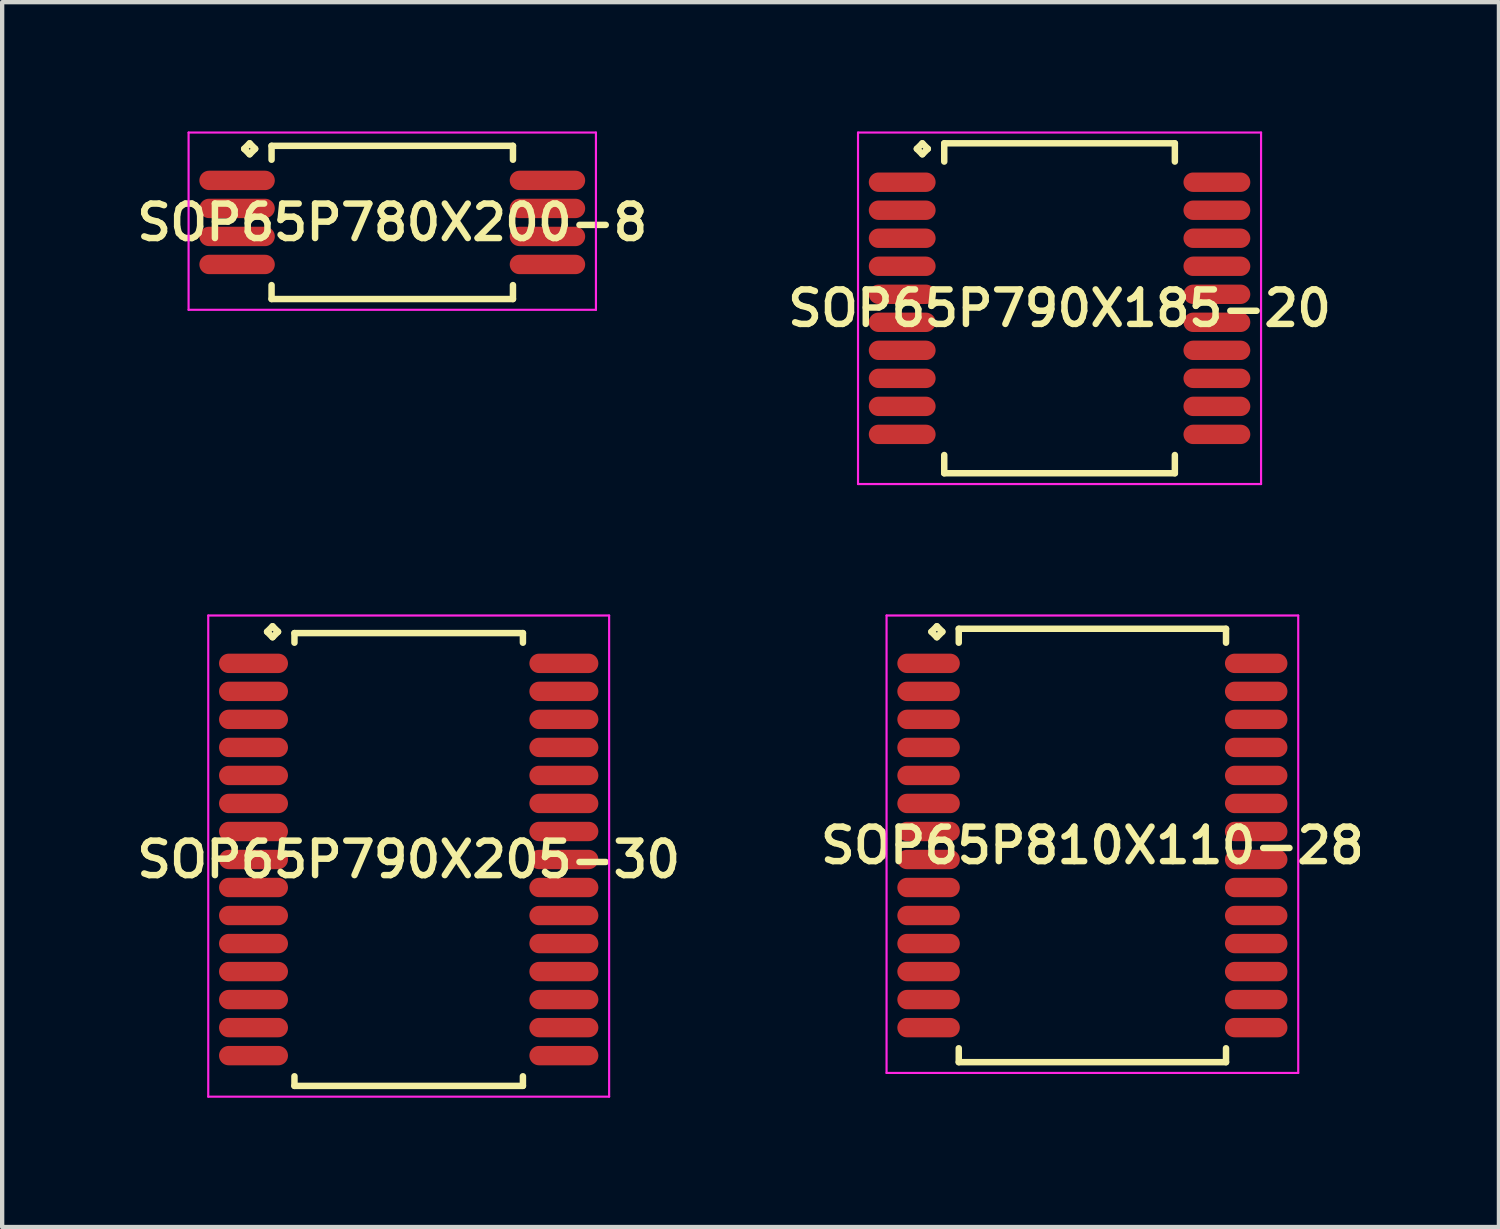
<source format=kicad_pcb>
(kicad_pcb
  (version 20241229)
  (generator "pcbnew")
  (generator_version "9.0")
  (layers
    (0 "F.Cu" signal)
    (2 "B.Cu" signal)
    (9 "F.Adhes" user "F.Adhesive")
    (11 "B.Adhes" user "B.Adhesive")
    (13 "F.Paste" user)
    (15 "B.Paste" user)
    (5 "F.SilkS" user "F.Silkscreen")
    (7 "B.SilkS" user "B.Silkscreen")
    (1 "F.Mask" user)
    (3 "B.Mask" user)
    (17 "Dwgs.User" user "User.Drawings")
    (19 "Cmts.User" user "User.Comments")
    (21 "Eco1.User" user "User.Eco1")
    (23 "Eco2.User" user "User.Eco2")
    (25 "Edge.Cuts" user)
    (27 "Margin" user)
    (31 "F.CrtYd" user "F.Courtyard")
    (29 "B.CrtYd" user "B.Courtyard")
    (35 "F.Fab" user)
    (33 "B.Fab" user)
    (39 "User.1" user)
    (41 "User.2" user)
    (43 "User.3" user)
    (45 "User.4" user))
  (footprint "SOP65P790X205-30"
    (layer "F.Cu")
    (at 6.431 16.889)
    (property "Reference" "SOP65P790X205-30" (at 0 0 0) (layer "F.SilkS") (effects (font (size 0.8 0.8) (thickness 0.15))))
    (attr smd)
    (fp_line (start -3.285 -5.283) (end -3.158 -5.41) (stroke (width 0.15) (type solid)) (layer "F.SilkS"))
    (fp_line (start -3.158 -5.41) (end -3.031 -5.283) (stroke (width 0.15) (type solid)) (layer "F.SilkS"))
    (fp_line (start -3.158 -5.156) (end -3.285 -5.283) (stroke (width 0.15) (type solid)) (layer "F.SilkS"))
    (fp_line (start -3.031 -5.283) (end -3.158 -5.156) (stroke (width 0.15) (type solid)) (layer "F.SilkS"))
    (fp_line (start -2.65 -5.252) (end 2.65 -5.252) (stroke (width 0.15) (type solid)) (layer "F.SilkS"))
    (fp_line (start -2.65 -5.029) (end -2.65 -5.252) (stroke (width 0.15) (type solid)) (layer "F.SilkS"))
    (fp_line (start -2.65 5.029) (end -2.65 5.252) (stroke (width 0.15) (type solid)) (layer "F.SilkS"))
    (fp_line (start -2.65 5.252) (end 2.65 5.252) (stroke (width 0.15) (type solid)) (layer "F.SilkS"))
    (fp_line (start 2.65 -5.252) (end 2.65 -5.029) (stroke (width 0.15) (type solid)) (layer "F.SilkS"))
    (fp_line (start 2.65 5.252) (end 2.65 5.029) (stroke (width 0.15) (type solid)) (layer "F.SilkS"))
    (fp_line (start -4.65 -5.66) (end 4.65 -5.66) (stroke (width 0.05) (type solid)) (layer "F.CrtYd"))
    (fp_line (start -4.65 5.502) (end -4.65 -5.66) (stroke (width 0.05) (type solid)) (layer "F.CrtYd"))
    (fp_line (start 4.65 -5.66) (end 4.65 5.502) (stroke (width 0.05) (type solid)) (layer "F.CrtYd"))
    (fp_line (start 4.65 5.502) (end -4.65 5.502) (stroke (width 0.05) (type solid)) (layer "F.CrtYd"))
    (pad "1" smd oval (at -3.6 -4.55) (size 1.6 0.45) (layers "F.Cu" "F.Mask" "F.Paste"))
    (pad "2" smd oval (at -3.6 -3.9) (size 1.6 0.45) (layers "F.Cu" "F.Mask" "F.Paste"))
    (pad "3" smd oval (at -3.6 -3.25) (size 1.6 0.45) (layers "F.Cu" "F.Mask" "F.Paste"))
    (pad "4" smd oval (at -3.6 -2.6) (size 1.6 0.45) (layers "F.Cu" "F.Mask" "F.Paste"))
    (pad "5" smd oval (at -3.6 -1.95) (size 1.6 0.45) (layers "F.Cu" "F.Mask" "F.Paste"))
    (pad "6" smd oval (at -3.6 -1.3) (size 1.6 0.45) (layers "F.Cu" "F.Mask" "F.Paste"))
    (pad "7" smd oval (at -3.6 -0.65) (size 1.6 0.45) (layers "F.Cu" "F.Mask" "F.Paste"))
    (pad "8" smd oval (at -3.6 0) (size 1.6 0.45) (layers "F.Cu" "F.Mask" "F.Paste"))
    (pad "9" smd oval (at -3.6 0.65) (size 1.6 0.45) (layers "F.Cu" "F.Mask" "F.Paste"))
    (pad "10" smd oval (at -3.6 1.3) (size 1.6 0.45) (layers "F.Cu" "F.Mask" "F.Paste"))
    (pad "11" smd oval (at -3.6 1.95) (size 1.6 0.45) (layers "F.Cu" "F.Mask" "F.Paste"))
    (pad "12" smd oval (at -3.6 2.6) (size 1.6 0.45) (layers "F.Cu" "F.Mask" "F.Paste"))
    (pad "13" smd oval (at -3.6 3.25) (size 1.6 0.45) (layers "F.Cu" "F.Mask" "F.Paste"))
    (pad "14" smd oval (at -3.6 3.9) (size 1.6 0.45) (layers "F.Cu" "F.Mask" "F.Paste"))
    (pad "15" smd oval (at -3.6 4.55) (size 1.6 0.45) (layers "F.Cu" "F.Mask" "F.Paste"))
    (pad "16" smd oval (at 3.6 4.55) (size 1.6 0.45) (layers "F.Cu" "F.Mask" "F.Paste"))
    (pad "17" smd oval (at 3.6 3.9) (size 1.6 0.45) (layers "F.Cu" "F.Mask" "F.Paste"))
    (pad "18" smd oval (at 3.6 3.25) (size 1.6 0.45) (layers "F.Cu" "F.Mask" "F.Paste"))
    (pad "19" smd oval (at 3.6 2.6) (size 1.6 0.45) (layers "F.Cu" "F.Mask" "F.Paste"))
    (pad "20" smd oval (at 3.6 1.95) (size 1.6 0.45) (layers "F.Cu" "F.Mask" "F.Paste"))
    (pad "21" smd oval (at 3.6 1.3) (size 1.6 0.45) (layers "F.Cu" "F.Mask" "F.Paste"))
    (pad "22" smd oval (at 3.6 0.65) (size 1.6 0.45) (layers "F.Cu" "F.Mask" "F.Paste"))
    (pad "23" smd oval (at 3.6 0) (size 1.6 0.45) (layers "F.Cu" "F.Mask" "F.Paste"))
    (pad "24" smd oval (at 3.6 -0.65) (size 1.6 0.45) (layers "F.Cu" "F.Mask" "F.Paste"))
    (pad "25" smd oval (at 3.6 -1.3) (size 1.6 0.45) (layers "F.Cu" "F.Mask" "F.Paste"))
    (pad "26" smd oval (at 3.6 -1.95) (size 1.6 0.45) (layers "F.Cu" "F.Mask" "F.Paste"))
    (pad "27" smd oval (at 3.6 -2.6) (size 1.6 0.45) (layers "F.Cu" "F.Mask" "F.Paste"))
    (pad "28" smd oval (at 3.6 -3.25) (size 1.6 0.45) (layers "F.Cu" "F.Mask" "F.Paste"))
    (pad "29" smd oval (at 3.6 -3.9) (size 1.6 0.45) (layers "F.Cu" "F.Mask" "F.Paste"))
    (pad "30" smd oval (at 3.6 -4.55) (size 1.6 0.45) (layers "F.Cu" "F.Mask" "F.Paste")))
  (footprint "SOP65P790X185-20"
    (layer "F.Cu")
    (at 21.53 4.102)
    (property "Reference" "SOP65P790X185-20" (at 0 0 0) (layer "F.SilkS") (effects (font (size 0.8 0.8) (thickness 0.15))))
    (attr smd)
    (fp_line (start -3.31 -3.7) (end -3.183 -3.827) (stroke (width 0.15) (type solid)) (layer "F.SilkS"))
    (fp_line (start -3.183 -3.827) (end -3.056 -3.7) (stroke (width 0.15) (type solid)) (layer "F.SilkS"))
    (fp_line (start -3.183 -3.573) (end -3.31 -3.7) (stroke (width 0.15) (type solid)) (layer "F.SilkS"))
    (fp_line (start -3.056 -3.7) (end -3.183 -3.573) (stroke (width 0.15) (type solid)) (layer "F.SilkS"))
    (fp_line (start -2.675 -3.827) (end 2.675 -3.827) (stroke (width 0.15) (type solid)) (layer "F.SilkS"))
    (fp_line (start -2.675 -3.404) (end -2.675 -3.827) (stroke (width 0.15) (type solid)) (layer "F.SilkS"))
    (fp_line (start -2.675 3.404) (end -2.675 3.827) (stroke (width 0.15) (type solid)) (layer "F.SilkS"))
    (fp_line (start -2.675 3.827) (end 2.675 3.827) (stroke (width 0.15) (type solid)) (layer "F.SilkS"))
    (fp_line (start 2.675 -3.827) (end 2.675 -3.404) (stroke (width 0.15) (type solid)) (layer "F.SilkS"))
    (fp_line (start 2.675 3.827) (end 2.675 3.404) (stroke (width 0.15) (type solid)) (layer "F.SilkS"))
    (fp_line (start -4.675 -4.077) (end 4.675 -4.077) (stroke (width 0.05) (type solid)) (layer "F.CrtYd"))
    (fp_line (start -4.675 4.077) (end -4.675 -4.077) (stroke (width 0.05) (type solid)) (layer "F.CrtYd"))
    (fp_line (start 4.675 -4.077) (end 4.675 4.077) (stroke (width 0.05) (type solid)) (layer "F.CrtYd"))
    (fp_line (start 4.675 4.077) (end -4.675 4.077) (stroke (width 0.05) (type solid)) (layer "F.CrtYd"))
    (pad "1" smd oval (at -3.65 -2.925) (size 1.55 0.45) (layers "F.Cu" "F.Mask" "F.Paste"))
    (pad "2" smd oval (at -3.65 -2.275) (size 1.55 0.45) (layers "F.Cu" "F.Mask" "F.Paste"))
    (pad "3" smd oval (at -3.65 -1.625) (size 1.55 0.45) (layers "F.Cu" "F.Mask" "F.Paste"))
    (pad "4" smd oval (at -3.65 -0.975) (size 1.55 0.45) (layers "F.Cu" "F.Mask" "F.Paste"))
    (pad "5" smd oval (at -3.65 -0.325) (size 1.55 0.45) (layers "F.Cu" "F.Mask" "F.Paste"))
    (pad "6" smd oval (at -3.65 0.325) (size 1.55 0.45) (layers "F.Cu" "F.Mask" "F.Paste"))
    (pad "7" smd oval (at -3.65 0.975) (size 1.55 0.45) (layers "F.Cu" "F.Mask" "F.Paste"))
    (pad "8" smd oval (at -3.65 1.625) (size 1.55 0.45) (layers "F.Cu" "F.Mask" "F.Paste"))
    (pad "9" smd oval (at -3.65 2.275) (size 1.55 0.45) (layers "F.Cu" "F.Mask" "F.Paste"))
    (pad "10" smd oval (at -3.65 2.925) (size 1.55 0.45) (layers "F.Cu" "F.Mask" "F.Paste"))
    (pad "11" smd oval (at 3.65 2.925) (size 1.55 0.45) (layers "F.Cu" "F.Mask" "F.Paste"))
    (pad "12" smd oval (at 3.65 2.275) (size 1.55 0.45) (layers "F.Cu" "F.Mask" "F.Paste"))
    (pad "13" smd oval (at 3.65 1.625) (size 1.55 0.45) (layers "F.Cu" "F.Mask" "F.Paste"))
    (pad "14" smd oval (at 3.65 0.975) (size 1.55 0.45) (layers "F.Cu" "F.Mask" "F.Paste"))
    (pad "15" smd oval (at 3.65 0.325) (size 1.55 0.45) (layers "F.Cu" "F.Mask" "F.Paste"))
    (pad "16" smd oval (at 3.65 -0.325) (size 1.55 0.45) (layers "F.Cu" "F.Mask" "F.Paste"))
    (pad "17" smd oval (at 3.65 -0.975) (size 1.55 0.45) (layers "F.Cu" "F.Mask" "F.Paste"))
    (pad "18" smd oval (at 3.65 -1.625) (size 1.55 0.45) (layers "F.Cu" "F.Mask" "F.Paste"))
    (pad "19" smd oval (at 3.65 -2.275) (size 1.55 0.45) (layers "F.Cu" "F.Mask" "F.Paste"))
    (pad "20" smd oval (at 3.65 -2.925) (size 1.55 0.45) (layers "F.Cu" "F.Mask" "F.Paste")))
  (footprint "SOP65P810X110-28"
    (layer "F.Cu")
    (at 22.292 16.564)
    (property "Reference" "SOP65P810X110-28" (at 0 0 0) (layer "F.SilkS") (effects (font (size 0.8 0.8) (thickness 0.15))))
    (attr smd)
    (fp_line (start -3.735 -4.958) (end -3.608 -5.085) (stroke (width 0.15) (type solid)) (layer "F.SilkS"))
    (fp_line (start -3.608 -5.085) (end -3.481 -4.958) (stroke (width 0.15) (type solid)) (layer "F.SilkS"))
    (fp_line (start -3.608 -4.831) (end -3.735 -4.958) (stroke (width 0.15) (type solid)) (layer "F.SilkS"))
    (fp_line (start -3.481 -4.958) (end -3.608 -4.831) (stroke (width 0.15) (type solid)) (layer "F.SilkS"))
    (fp_line (start -3.1 -5.027) (end 3.1 -5.027) (stroke (width 0.15) (type solid)) (layer "F.SilkS"))
    (fp_line (start -3.1 -4.704) (end -3.1 -5.027) (stroke (width 0.15) (type solid)) (layer "F.SilkS"))
    (fp_line (start -3.1 4.704) (end -3.1 5.027) (stroke (width 0.15) (type solid)) (layer "F.SilkS"))
    (fp_line (start -3.1 5.027) (end 3.1 5.027) (stroke (width 0.15) (type solid)) (layer "F.SilkS"))
    (fp_line (start 3.1 -5.027) (end 3.1 -4.704) (stroke (width 0.15) (type solid)) (layer "F.SilkS"))
    (fp_line (start 3.1 5.027) (end 3.1 4.704) (stroke (width 0.15) (type solid)) (layer "F.SilkS"))
    (fp_line (start -4.775 -5.335) (end 4.775 -5.335) (stroke (width 0.05) (type solid)) (layer "F.CrtYd"))
    (fp_line (start -4.775 5.277) (end -4.775 -5.335) (stroke (width 0.05) (type solid)) (layer "F.CrtYd"))
    (fp_line (start 4.775 -5.335) (end 4.775 5.277) (stroke (width 0.05) (type solid)) (layer "F.CrtYd"))
    (fp_line (start 4.775 5.277) (end -4.775 5.277) (stroke (width 0.05) (type solid)) (layer "F.CrtYd"))
    (pad "1" smd oval (at -3.8 -4.225) (size 1.45 0.45) (layers "F.Cu" "F.Mask" "F.Paste"))
    (pad "2" smd oval (at -3.8 -3.575) (size 1.45 0.45) (layers "F.Cu" "F.Mask" "F.Paste"))
    (pad "3" smd oval (at -3.8 -2.925) (size 1.45 0.45) (layers "F.Cu" "F.Mask" "F.Paste"))
    (pad "4" smd oval (at -3.8 -2.275) (size 1.45 0.45) (layers "F.Cu" "F.Mask" "F.Paste"))
    (pad "5" smd oval (at -3.8 -1.625) (size 1.45 0.45) (layers "F.Cu" "F.Mask" "F.Paste"))
    (pad "6" smd oval (at -3.8 -0.975) (size 1.45 0.45) (layers "F.Cu" "F.Mask" "F.Paste"))
    (pad "7" smd oval (at -3.8 -0.325) (size 1.45 0.45) (layers "F.Cu" "F.Mask" "F.Paste"))
    (pad "8" smd oval (at -3.8 0.325) (size 1.45 0.45) (layers "F.Cu" "F.Mask" "F.Paste"))
    (pad "9" smd oval (at -3.8 0.975) (size 1.45 0.45) (layers "F.Cu" "F.Mask" "F.Paste"))
    (pad "10" smd oval (at -3.8 1.625) (size 1.45 0.45) (layers "F.Cu" "F.Mask" "F.Paste"))
    (pad "11" smd oval (at -3.8 2.275) (size 1.45 0.45) (layers "F.Cu" "F.Mask" "F.Paste"))
    (pad "12" smd oval (at -3.8 2.925) (size 1.45 0.45) (layers "F.Cu" "F.Mask" "F.Paste"))
    (pad "13" smd oval (at -3.8 3.575) (size 1.45 0.45) (layers "F.Cu" "F.Mask" "F.Paste"))
    (pad "14" smd oval (at -3.8 4.225) (size 1.45 0.45) (layers "F.Cu" "F.Mask" "F.Paste"))
    (pad "15" smd oval (at 3.8 4.225) (size 1.45 0.45) (layers "F.Cu" "F.Mask" "F.Paste"))
    (pad "16" smd oval (at 3.8 3.575) (size 1.45 0.45) (layers "F.Cu" "F.Mask" "F.Paste"))
    (pad "17" smd oval (at 3.8 2.925) (size 1.45 0.45) (layers "F.Cu" "F.Mask" "F.Paste"))
    (pad "18" smd oval (at 3.8 2.275) (size 1.45 0.45) (layers "F.Cu" "F.Mask" "F.Paste"))
    (pad "19" smd oval (at 3.8 1.625) (size 1.45 0.45) (layers "F.Cu" "F.Mask" "F.Paste"))
    (pad "20" smd oval (at 3.8 0.975) (size 1.45 0.45) (layers "F.Cu" "F.Mask" "F.Paste"))
    (pad "21" smd oval (at 3.8 0.325) (size 1.45 0.45) (layers "F.Cu" "F.Mask" "F.Paste"))
    (pad "22" smd oval (at 3.8 -0.325) (size 1.45 0.45) (layers "F.Cu" "F.Mask" "F.Paste"))
    (pad "23" smd oval (at 3.8 -0.975) (size 1.45 0.45) (layers "F.Cu" "F.Mask" "F.Paste"))
    (pad "24" smd oval (at 3.8 -1.625) (size 1.45 0.45) (layers "F.Cu" "F.Mask" "F.Paste"))
    (pad "25" smd oval (at 3.8 -2.275) (size 1.45 0.45) (layers "F.Cu" "F.Mask" "F.Paste"))
    (pad "26" smd oval (at 3.8 -2.925) (size 1.45 0.45) (layers "F.Cu" "F.Mask" "F.Paste"))
    (pad "27" smd oval (at 3.8 -3.575) (size 1.45 0.45) (layers "F.Cu" "F.Mask" "F.Paste"))
    (pad "28" smd oval (at 3.8 -4.225) (size 1.45 0.45) (layers "F.Cu" "F.Mask" "F.Paste")))
  (footprint "SOP65P780X200-8"
    (layer "F.Cu")
    (at 6.05 2.11)
    (property "Reference" "SOP65P780X200-8" (at 0 0 0) (layer "F.SilkS") (effects (font (size 0.8 0.8) (thickness 0.15))))
    (attr smd)
    (fp_line (start -3.435 -1.708) (end -3.308 -1.835) (stroke (width 0.15) (type solid)) (layer "F.SilkS"))
    (fp_line (start -3.308 -1.835) (end -3.181 -1.708) (stroke (width 0.15) (type solid)) (layer "F.SilkS"))
    (fp_line (start -3.308 -1.581) (end -3.435 -1.708) (stroke (width 0.15) (type solid)) (layer "F.SilkS"))
    (fp_line (start -3.181 -1.708) (end -3.308 -1.581) (stroke (width 0.15) (type solid)) (layer "F.SilkS"))
    (fp_line (start -2.8 -1.777) (end 2.8 -1.777) (stroke (width 0.15) (type solid)) (layer "F.SilkS"))
    (fp_line (start -2.8 -1.454) (end -2.8 -1.777) (stroke (width 0.15) (type solid)) (layer "F.SilkS"))
    (fp_line (start -2.8 1.454) (end -2.8 1.777) (stroke (width 0.15) (type solid)) (layer "F.SilkS"))
    (fp_line (start -2.8 1.777) (end 2.8 1.777) (stroke (width 0.15) (type solid)) (layer "F.SilkS"))
    (fp_line (start 2.8 -1.777) (end 2.8 -1.454) (stroke (width 0.15) (type solid)) (layer "F.SilkS"))
    (fp_line (start 2.8 1.777) (end 2.8 1.454) (stroke (width 0.15) (type solid)) (layer "F.SilkS"))
    (fp_line (start -4.725 -2.085) (end 4.725 -2.085) (stroke (width 0.05) (type solid)) (layer "F.CrtYd"))
    (fp_line (start -4.725 2.027) (end -4.725 -2.085) (stroke (width 0.05) (type solid)) (layer "F.CrtYd"))
    (fp_line (start 4.725 -2.085) (end 4.725 2.027) (stroke (width 0.05) (type solid)) (layer "F.CrtYd"))
    (fp_line (start 4.725 2.027) (end -4.725 2.027) (stroke (width 0.05) (type solid)) (layer "F.CrtYd"))
    (pad "1" smd oval (at -3.6 -0.975) (size 1.75 0.45) (layers "F.Cu" "F.Mask" "F.Paste"))
    (pad "2" smd oval (at -3.6 -0.325) (size 1.75 0.45) (layers "F.Cu" "F.Mask" "F.Paste"))
    (pad "3" smd oval (at -3.6 0.325) (size 1.75 0.45) (layers "F.Cu" "F.Mask" "F.Paste"))
    (pad "4" smd oval (at -3.6 0.975) (size 1.75 0.45) (layers "F.Cu" "F.Mask" "F.Paste"))
    (pad "5" smd oval (at 3.6 0.975) (size 1.75 0.45) (layers "F.Cu" "F.Mask" "F.Paste"))
    (pad "6" smd oval (at 3.6 0.325) (size 1.75 0.45) (layers "F.Cu" "F.Mask" "F.Paste"))
    (pad "7" smd oval (at 3.6 -0.325) (size 1.75 0.45) (layers "F.Cu" "F.Mask" "F.Paste"))
    (pad "8" smd oval (at 3.6 -0.975) (size 1.75 0.45) (layers "F.Cu" "F.Mask" "F.Paste")))
  (gr_rect
    (start -3 -3)
    (end 31.723 25.416)
    (stroke (width 0.1) (type default))
    (fill no)
    (layer "Edge.Cuts")))
</source>
